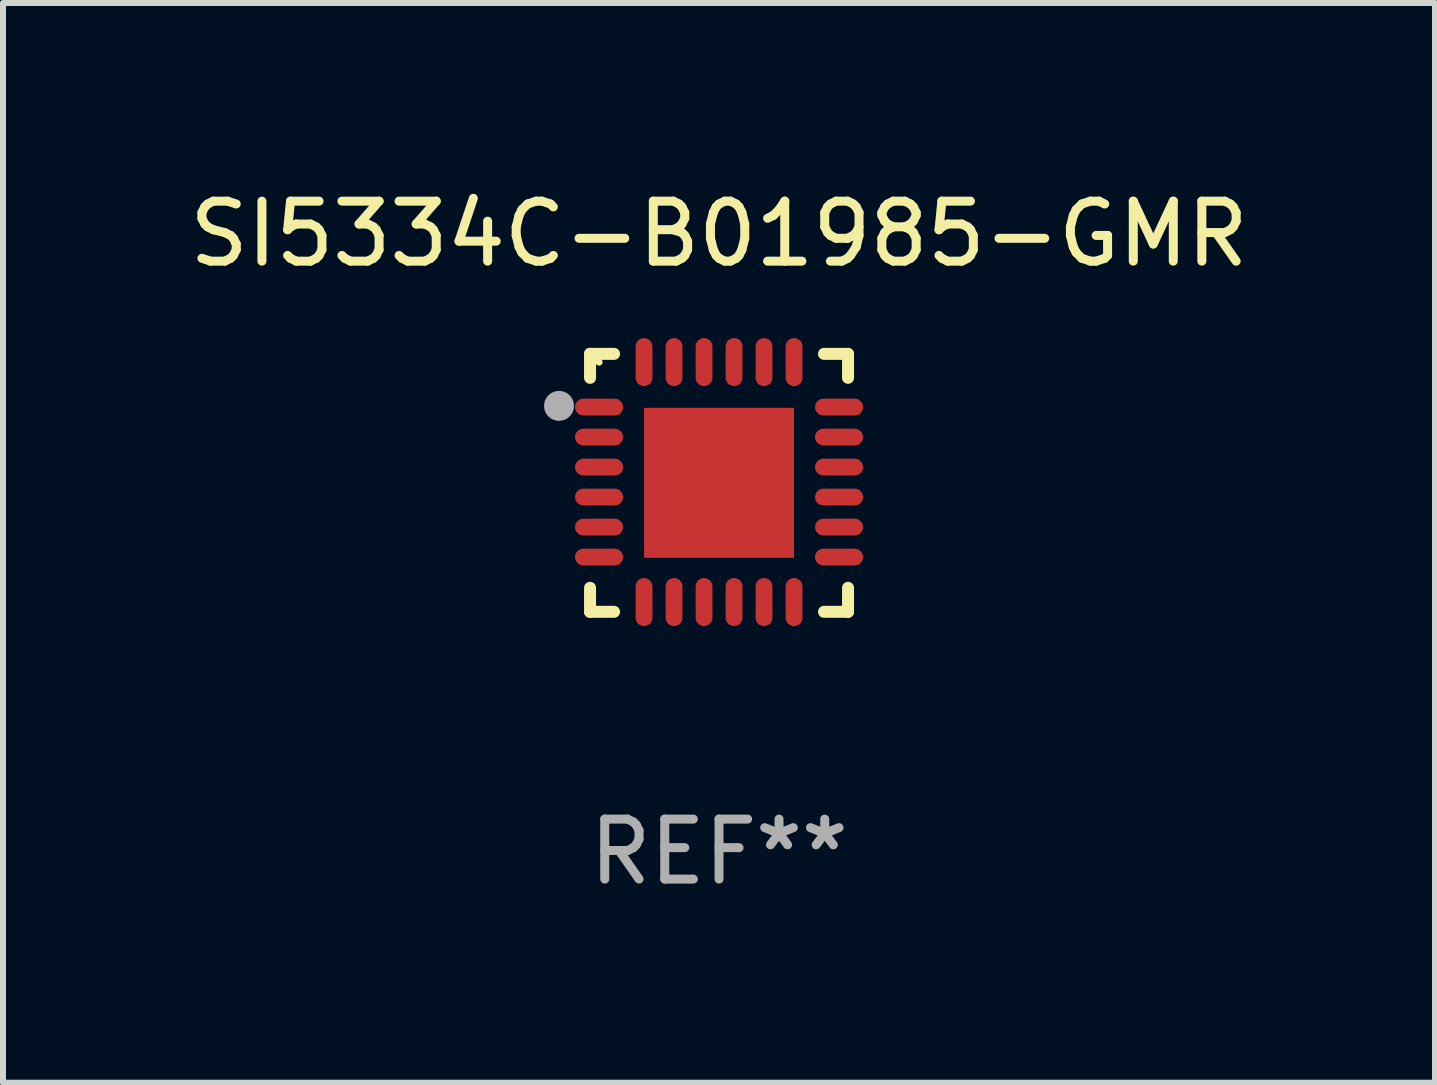
<source format=kicad_pcb>
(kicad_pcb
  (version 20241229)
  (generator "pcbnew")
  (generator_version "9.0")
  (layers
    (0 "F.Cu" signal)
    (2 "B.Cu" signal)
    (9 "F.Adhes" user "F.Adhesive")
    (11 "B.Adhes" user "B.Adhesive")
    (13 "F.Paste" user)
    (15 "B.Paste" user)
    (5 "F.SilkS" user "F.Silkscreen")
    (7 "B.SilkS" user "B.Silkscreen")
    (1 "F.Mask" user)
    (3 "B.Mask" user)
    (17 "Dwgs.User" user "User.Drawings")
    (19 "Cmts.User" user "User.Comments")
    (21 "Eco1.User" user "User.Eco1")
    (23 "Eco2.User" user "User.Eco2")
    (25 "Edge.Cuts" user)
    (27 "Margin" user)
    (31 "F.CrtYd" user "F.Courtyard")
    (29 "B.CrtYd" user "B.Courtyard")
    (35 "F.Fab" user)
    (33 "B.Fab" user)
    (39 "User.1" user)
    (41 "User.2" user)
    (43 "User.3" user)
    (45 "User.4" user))
  (footprint "SI5334C-B01985-GMR"
    (layer "F.Cu")
    (at 8.935 4.998)
    (property "Reference" "SI5334C-B01985-GMR" (at 0 -4.15 0) (layer "F.SilkS") (effects (font (size 1 1) (thickness 0.15))))
    (attr through_hole)
    (fp_line (start -2.15 -2.15) (end -1.75 -2.15) (stroke (width 0.2) (type solid)) (layer "F.SilkS"))
    (fp_line (start -2.15 -1.75) (end -2.15 -2.15) (stroke (width 0.2) (type solid)) (layer "F.SilkS"))
    (fp_line (start -2.15 2.15) (end -2.15 1.75) (stroke (width 0.2) (type solid)) (layer "F.SilkS"))
    (fp_line (start -1.75 2.15) (end -2.15 2.15) (stroke (width 0.2) (type solid)) (layer "F.SilkS"))
    (fp_line (start 1.75 -2.15) (end 2.15 -2.15) (stroke (width 0.2) (type solid)) (layer "F.SilkS"))
    (fp_line (start 1.75 2.15) (end 2.15 2.15) (stroke (width 0.2) (type solid)) (layer "F.SilkS"))
    (fp_line (start 2.15 -2.15) (end 2.15 -1.75) (stroke (width 0.2) (type solid)) (layer "F.SilkS"))
    (fp_line (start 2.15 2.15) (end 2.15 1.75) (stroke (width 0.2) (type solid)) (layer "F.SilkS"))
    (fp_circle (center -2 -2.013) (end -1.97 -2.013) (stroke (width 0.06) (type solid)) (fill no) (layer "F.SilkS"))
    (fp_circle (center -2.667 -1.283) (end -2.542 -1.283) (stroke (width 0.25) (type solid)) (fill no) (layer "F.Fab"))
    (fp_text user "REF**" (at 0 6.15 0) (layer "F.Fab") (effects (font (size 1 1) (thickness 0.15))))
    (pad "1" smd oval (at -2 -1.263) (size 0.8 0.28) (layers "F.Cu" "F.Mask" "F.Paste"))
    (pad "2" smd oval (at -2 -0.763) (size 0.8 0.28) (layers "F.Cu" "F.Mask" "F.Paste"))
    (pad "3" smd oval (at -2 -0.263) (size 0.8 0.28) (layers "F.Cu" "F.Mask" "F.Paste"))
    (pad "4" smd oval (at -2 0.237) (size 0.8 0.28) (layers "F.Cu" "F.Mask" "F.Paste"))
    (pad "5" smd oval (at -2 0.737) (size 0.8 0.28) (layers "F.Cu" "F.Mask" "F.Paste"))
    (pad "6" smd oval (at -2 1.237) (size 0.8 0.28) (layers "F.Cu" "F.Mask" "F.Paste"))
    (pad "7" smd oval (at -1.25 1.987) (size 0.28 0.8) (layers "F.Cu" "F.Mask" "F.Paste"))
    (pad "8" smd oval (at -0.75 1.987) (size 0.28 0.8) (layers "F.Cu" "F.Mask" "F.Paste"))
    (pad "9" smd oval (at -0.25 1.987) (size 0.28 0.8) (layers "F.Cu" "F.Mask" "F.Paste"))
    (pad "10" smd oval (at 0.25 1.987) (size 0.28 0.8) (layers "F.Cu" "F.Mask" "F.Paste"))
    (pad "11" smd oval (at 0.75 1.987) (size 0.28 0.8) (layers "F.Cu" "F.Mask" "F.Paste"))
    (pad "12" smd oval (at 1.25 1.987) (size 0.28 0.8) (layers "F.Cu" "F.Mask" "F.Paste"))
    (pad "13" smd oval (at 2 1.237) (size 0.8 0.28) (layers "F.Cu" "F.Mask" "F.Paste"))
    (pad "14" smd oval (at 2 0.737) (size 0.8 0.28) (layers "F.Cu" "F.Mask" "F.Paste"))
    (pad "15" smd oval (at 2 0.237) (size 0.8 0.28) (layers "F.Cu" "F.Mask" "F.Paste"))
    (pad "16" smd oval (at 2 -0.263) (size 0.8 0.28) (layers "F.Cu" "F.Mask" "F.Paste"))
    (pad "17" smd oval (at 2 -0.763) (size 0.8 0.28) (layers "F.Cu" "F.Mask" "F.Paste"))
    (pad "18" smd oval (at 2 -1.263) (size 0.8 0.28) (layers "F.Cu" "F.Mask" "F.Paste"))
    (pad "19" smd oval (at 1.25 -2.013) (size 0.28 0.8) (layers "F.Cu" "F.Mask" "F.Paste"))
    (pad "20" smd oval (at 0.75 -2.013) (size 0.28 0.8) (layers "F.Cu" "F.Mask" "F.Paste"))
    (pad "21" smd oval (at 0.25 -2.013) (size 0.28 0.8) (layers "F.Cu" "F.Mask" "F.Paste"))
    (pad "22" smd oval (at -0.25 -2.013) (size 0.28 0.8) (layers "F.Cu" "F.Mask" "F.Paste"))
    (pad "23" smd oval (at -0.75 -2.013) (size 0.28 0.8) (layers "F.Cu" "F.Mask" "F.Paste"))
    (pad "24" smd oval (at -1.25 -2.013) (size 0.28 0.8) (layers "F.Cu" "F.Mask" "F.Paste"))
    (pad "25" smd rect (at -0.000127 -0.00014) (size 2.5 2.5) (layers "F.Cu" "F.Mask" "F.Paste")))
  (gr_rect
    (start -3 -3)
    (end 20.869 14.997)
    (stroke (width 0.1) (type default))
    (fill no)
    (layer "Edge.Cuts")))
</source>
